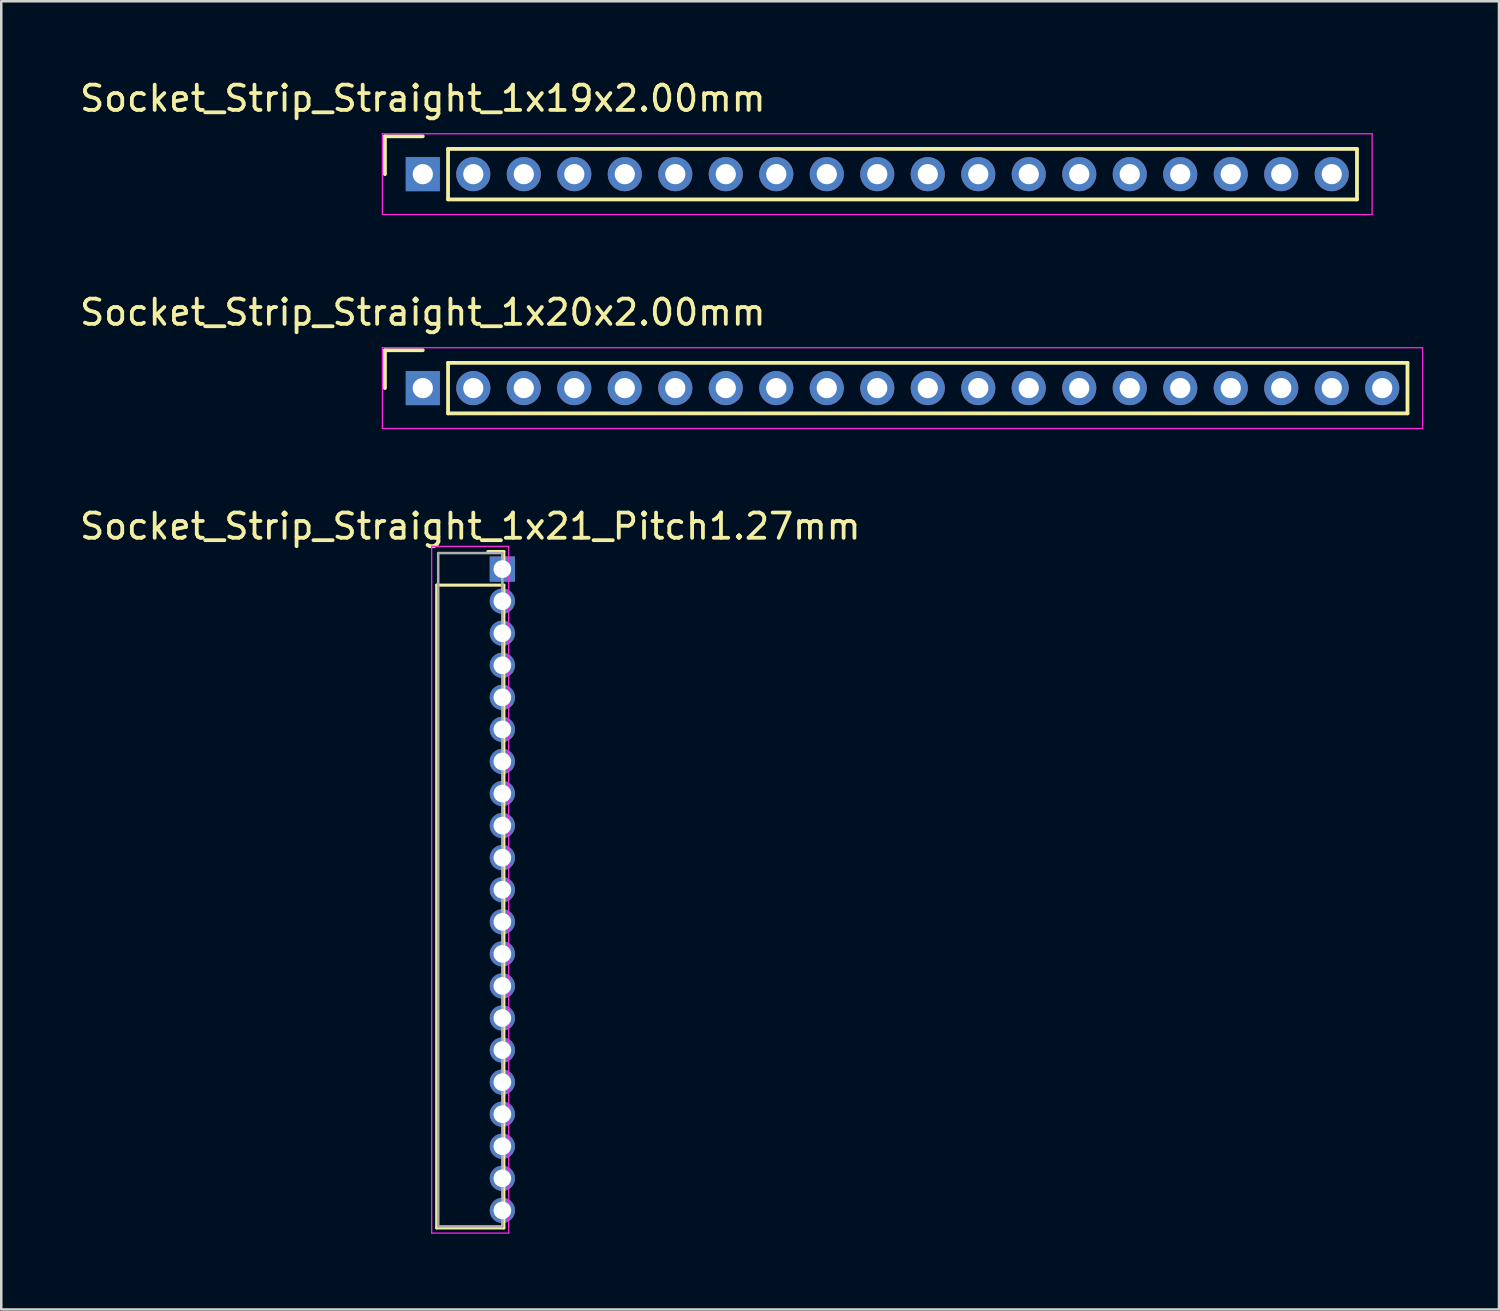
<source format=kicad_pcb>
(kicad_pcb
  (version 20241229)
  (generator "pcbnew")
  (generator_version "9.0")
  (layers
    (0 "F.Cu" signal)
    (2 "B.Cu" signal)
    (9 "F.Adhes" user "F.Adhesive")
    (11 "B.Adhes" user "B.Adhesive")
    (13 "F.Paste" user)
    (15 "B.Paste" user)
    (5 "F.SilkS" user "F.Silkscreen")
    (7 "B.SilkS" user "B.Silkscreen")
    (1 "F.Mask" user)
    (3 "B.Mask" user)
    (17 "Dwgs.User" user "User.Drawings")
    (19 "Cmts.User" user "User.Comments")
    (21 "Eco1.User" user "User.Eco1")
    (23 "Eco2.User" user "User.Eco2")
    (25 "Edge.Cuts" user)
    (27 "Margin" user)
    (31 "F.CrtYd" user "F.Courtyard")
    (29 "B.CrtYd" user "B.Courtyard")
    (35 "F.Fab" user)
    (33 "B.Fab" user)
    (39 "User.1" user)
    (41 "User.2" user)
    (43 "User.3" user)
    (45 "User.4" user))
  (footprint "Socket_Strip_Straight_1x21_Pitch1.27mm"
    (layer "F.Cu")
    (at 16.847 19.49)
    (property "Reference" "Socket_Strip_Straight_1x21_Pitch1.27mm" (at -1.27 -1.695 0) (layer "F.SilkS") (effects (font (size 1 1) (thickness 0.15))))
    (attr through_hole)
    (fp_line (start -2.6 0.635) (end -2.6 26.095) (stroke (width 0.12) (type solid)) (layer "F.SilkS"))
    (fp_line (start -2.6 26.095) (end 0.06 26.095) (stroke (width 0.12) (type solid)) (layer "F.SilkS"))
    (fp_line (start 0.06 -0.695) (end -0.575 -0.695) (stroke (width 0.12) (type solid)) (layer "F.SilkS"))
    (fp_line (start 0.06 0) (end 0.06 -0.695) (stroke (width 0.12) (type solid)) (layer "F.SilkS"))
    (fp_line (start 0.06 0.635) (end -2.6 0.635) (stroke (width 0.12) (type solid)) (layer "F.SilkS"))
    (fp_line (start 0.06 26.095) (end 0.06 0.635) (stroke (width 0.12) (type solid)) (layer "F.SilkS"))
    (fp_line (start -2.8 -0.9) (end -2.8 26.3) (stroke (width 0.05) (type solid)) (layer "F.CrtYd"))
    (fp_line (start -2.8 26.3) (end 0.25 26.3) (stroke (width 0.05) (type solid)) (layer "F.CrtYd"))
    (fp_line (start 0.25 -0.9) (end -2.8 -0.9) (stroke (width 0.05) (type solid)) (layer "F.CrtYd"))
    (fp_line (start 0.25 26.3) (end 0.25 -0.9) (stroke (width 0.05) (type solid)) (layer "F.CrtYd"))
    (fp_line (start -2.54 -0.635) (end -2.54 26.035) (stroke (width 0.1) (type solid)) (layer "F.Fab"))
    (fp_line (start -2.54 26.035) (end 0 26.035) (stroke (width 0.1) (type solid)) (layer "F.Fab"))
    (fp_line (start 0 -0.635) (end -2.54 -0.635) (stroke (width 0.1) (type solid)) (layer "F.Fab"))
    (fp_line (start 0 26.035) (end 0 -0.635) (stroke (width 0.1) (type solid)) (layer "F.Fab"))
    (pad "1" thru_hole rect (at 0 0) (size 1 1) (drill 0.7) (layers "*.Cu" "*.Mask"))
    (pad "2" thru_hole oval (at 0 1.27) (size 1 1) (drill 0.7) (layers "*.Cu" "*.Mask"))
    (pad "3" thru_hole oval (at 0 2.54) (size 1 1) (drill 0.7) (layers "*.Cu" "*.Mask"))
    (pad "4" thru_hole oval (at 0 3.81) (size 1 1) (drill 0.7) (layers "*.Cu" "*.Mask"))
    (pad "5" thru_hole oval (at 0 5.08) (size 1 1) (drill 0.7) (layers "*.Cu" "*.Mask"))
    (pad "6" thru_hole oval (at 0 6.35) (size 1 1) (drill 0.7) (layers "*.Cu" "*.Mask"))
    (pad "7" thru_hole oval (at 0 7.62) (size 1 1) (drill 0.7) (layers "*.Cu" "*.Mask"))
    (pad "8" thru_hole oval (at 0 8.89) (size 1 1) (drill 0.7) (layers "*.Cu" "*.Mask"))
    (pad "9" thru_hole oval (at 0 10.16) (size 1 1) (drill 0.7) (layers "*.Cu" "*.Mask"))
    (pad "10" thru_hole oval (at 0 11.43) (size 1 1) (drill 0.7) (layers "*.Cu" "*.Mask"))
    (pad "11" thru_hole oval (at 0 12.7) (size 1 1) (drill 0.7) (layers "*.Cu" "*.Mask"))
    (pad "12" thru_hole oval (at 0 13.97) (size 1 1) (drill 0.7) (layers "*.Cu" "*.Mask"))
    (pad "13" thru_hole oval (at 0 15.24) (size 1 1) (drill 0.7) (layers "*.Cu" "*.Mask"))
    (pad "14" thru_hole oval (at 0 16.51) (size 1 1) (drill 0.7) (layers "*.Cu" "*.Mask"))
    (pad "15" thru_hole oval (at 0 17.78) (size 1 1) (drill 0.7) (layers "*.Cu" "*.Mask"))
    (pad "16" thru_hole oval (at 0 19.05) (size 1 1) (drill 0.7) (layers "*.Cu" "*.Mask"))
    (pad "17" thru_hole oval (at 0 20.32) (size 1 1) (drill 0.7) (layers "*.Cu" "*.Mask"))
    (pad "18" thru_hole oval (at 0 21.59) (size 1 1) (drill 0.7) (layers "*.Cu" "*.Mask"))
    (pad "19" thru_hole oval (at 0 22.86) (size 1 1) (drill 0.7) (layers "*.Cu" "*.Mask"))
    (pad "20" thru_hole oval (at 0 24.13) (size 1 1) (drill 0.7) (layers "*.Cu" "*.Mask"))
    (pad "21" thru_hole oval (at 0 25.4) (size 1 1) (drill 0.7) (layers "*.Cu" "*.Mask")))
  (footprint "Socket_Strip_Straight_1x20x2.00mm"
    (layer "F.Cu")
    (at 13.696 12.322)
    (property "Reference" "Socket_Strip_Straight_1x20x2.00mm" (at 0 -3 0) (layer "F.SilkS") (effects (font (size 1 1) (thickness 0.15))))
    (attr through_hole)
    (fp_line (start -1.5 -1.5) (end -1.5 0) (stroke (width 0.15) (type solid)) (layer "F.SilkS"))
    (fp_line (start 0 -1.5) (end -1.5 -1.5) (stroke (width 0.15) (type solid)) (layer "F.SilkS"))
    (fp_line (start 1 -1) (end 1 1) (stroke (width 0.15) (type solid)) (layer "F.SilkS"))
    (fp_line (start 1 1) (end 39 1) (stroke (width 0.15) (type solid)) (layer "F.SilkS"))
    (fp_line (start 39 -1) (end 1 -1) (stroke (width 0.15) (type solid)) (layer "F.SilkS"))
    (fp_line (start 39 1) (end 39 -1) (stroke (width 0.15) (type solid)) (layer "F.SilkS"))
    (fp_line (start -1.6 -1.6) (end -1.6 1.6) (stroke (width 0.05) (type solid)) (layer "F.CrtYd"))
    (fp_line (start -1.6 1.6) (end 39.6 1.6) (stroke (width 0.05) (type solid)) (layer "F.CrtYd"))
    (fp_line (start 39.6 -1.6) (end -1.6 -1.6) (stroke (width 0.05) (type solid)) (layer "F.CrtYd"))
    (fp_line (start 39.6 1.6) (end 39.6 -1.6) (stroke (width 0.05) (type solid)) (layer "F.CrtYd"))
    (pad "1" thru_hole rect (at 0 0) (size 1.35 1.35) (drill 0.8) (layers "*.Cu" "*.Mask"))
    (pad "2" thru_hole circle (at 2 0) (size 1.35 1.35) (drill 0.8) (layers "*.Cu" "*.Mask"))
    (pad "3" thru_hole circle (at 4 0) (size 1.35 1.35) (drill 0.8) (layers "*.Cu" "*.Mask"))
    (pad "4" thru_hole circle (at 6 0) (size 1.35 1.35) (drill 0.8) (layers "*.Cu" "*.Mask"))
    (pad "5" thru_hole circle (at 8 0) (size 1.35 1.35) (drill 0.8) (layers "*.Cu" "*.Mask"))
    (pad "6" thru_hole circle (at 10 0) (size 1.35 1.35) (drill 0.8) (layers "*.Cu" "*.Mask"))
    (pad "7" thru_hole circle (at 12 0) (size 1.35 1.35) (drill 0.8) (layers "*.Cu" "*.Mask"))
    (pad "8" thru_hole circle (at 14 0) (size 1.35 1.35) (drill 0.8) (layers "*.Cu" "*.Mask"))
    (pad "9" thru_hole circle (at 16 0) (size 1.35 1.35) (drill 0.8) (layers "*.Cu" "*.Mask"))
    (pad "10" thru_hole circle (at 18 0) (size 1.35 1.35) (drill 0.8) (layers "*.Cu" "*.Mask"))
    (pad "11" thru_hole circle (at 20 0) (size 1.35 1.35) (drill 0.8) (layers "*.Cu" "*.Mask"))
    (pad "12" thru_hole circle (at 22 0) (size 1.35 1.35) (drill 0.8) (layers "*.Cu" "*.Mask"))
    (pad "13" thru_hole circle (at 24 0) (size 1.35 1.35) (drill 0.8) (layers "*.Cu" "*.Mask"))
    (pad "14" thru_hole circle (at 26 0) (size 1.35 1.35) (drill 0.8) (layers "*.Cu" "*.Mask"))
    (pad "15" thru_hole circle (at 28 0) (size 1.35 1.35) (drill 0.8) (layers "*.Cu" "*.Mask"))
    (pad "16" thru_hole circle (at 30 0) (size 1.35 1.35) (drill 0.8) (layers "*.Cu" "*.Mask"))
    (pad "17" thru_hole circle (at 32 0) (size 1.35 1.35) (drill 0.8) (layers "*.Cu" "*.Mask"))
    (pad "18" thru_hole circle (at 34 0) (size 1.35 1.35) (drill 0.8) (layers "*.Cu" "*.Mask"))
    (pad "19" thru_hole circle (at 36 0) (size 1.35 1.35) (drill 0.8) (layers "*.Cu" "*.Mask"))
    (pad "20" thru_hole circle (at 38 0) (size 1.35 1.35) (drill 0.8) (layers "*.Cu" "*.Mask")))
  (footprint "Socket_Strip_Straight_1x19x2.00mm"
    (layer "F.Cu")
    (at 13.696 3.848)
    (property "Reference" "Socket_Strip_Straight_1x19x2.00mm" (at 0 -3 0) (layer "F.SilkS") (effects (font (size 1 1) (thickness 0.15))))
    (attr through_hole)
    (fp_line (start -1.5 -1.5) (end -1.5 0) (stroke (width 0.15) (type solid)) (layer "F.SilkS"))
    (fp_line (start 0 -1.5) (end -1.5 -1.5) (stroke (width 0.15) (type solid)) (layer "F.SilkS"))
    (fp_line (start 1 -1) (end 1 1) (stroke (width 0.15) (type solid)) (layer "F.SilkS"))
    (fp_line (start 1 1) (end 37 1) (stroke (width 0.15) (type solid)) (layer "F.SilkS"))
    (fp_line (start 37 -1) (end 1 -1) (stroke (width 0.15) (type solid)) (layer "F.SilkS"))
    (fp_line (start 37 1) (end 37 -1) (stroke (width 0.15) (type solid)) (layer "F.SilkS"))
    (fp_line (start -1.6 -1.6) (end -1.6 1.6) (stroke (width 0.05) (type solid)) (layer "F.CrtYd"))
    (fp_line (start -1.6 1.6) (end 37.6 1.6) (stroke (width 0.05) (type solid)) (layer "F.CrtYd"))
    (fp_line (start 37.6 -1.6) (end -1.6 -1.6) (stroke (width 0.05) (type solid)) (layer "F.CrtYd"))
    (fp_line (start 37.6 1.6) (end 37.6 -1.6) (stroke (width 0.05) (type solid)) (layer "F.CrtYd"))
    (pad "1" thru_hole rect (at 0 0) (size 1.35 1.35) (drill 0.8) (layers "*.Cu" "*.Mask"))
    (pad "2" thru_hole circle (at 2 0) (size 1.35 1.35) (drill 0.8) (layers "*.Cu" "*.Mask"))
    (pad "3" thru_hole circle (at 4 0) (size 1.35 1.35) (drill 0.8) (layers "*.Cu" "*.Mask"))
    (pad "4" thru_hole circle (at 6 0) (size 1.35 1.35) (drill 0.8) (layers "*.Cu" "*.Mask"))
    (pad "5" thru_hole circle (at 8 0) (size 1.35 1.35) (drill 0.8) (layers "*.Cu" "*.Mask"))
    (pad "6" thru_hole circle (at 10 0) (size 1.35 1.35) (drill 0.8) (layers "*.Cu" "*.Mask"))
    (pad "7" thru_hole circle (at 12 0) (size 1.35 1.35) (drill 0.8) (layers "*.Cu" "*.Mask"))
    (pad "8" thru_hole circle (at 14 0) (size 1.35 1.35) (drill 0.8) (layers "*.Cu" "*.Mask"))
    (pad "9" thru_hole circle (at 16 0) (size 1.35 1.35) (drill 0.8) (layers "*.Cu" "*.Mask"))
    (pad "10" thru_hole circle (at 18 0) (size 1.35 1.35) (drill 0.8) (layers "*.Cu" "*.Mask"))
    (pad "11" thru_hole circle (at 20 0) (size 1.35 1.35) (drill 0.8) (layers "*.Cu" "*.Mask"))
    (pad "12" thru_hole circle (at 22 0) (size 1.35 1.35) (drill 0.8) (layers "*.Cu" "*.Mask"))
    (pad "13" thru_hole circle (at 24 0) (size 1.35 1.35) (drill 0.8) (layers "*.Cu" "*.Mask"))
    (pad "14" thru_hole circle (at 26 0) (size 1.35 1.35) (drill 0.8) (layers "*.Cu" "*.Mask"))
    (pad "15" thru_hole circle (at 28 0) (size 1.35 1.35) (drill 0.8) (layers "*.Cu" "*.Mask"))
    (pad "16" thru_hole circle (at 30 0) (size 1.35 1.35) (drill 0.8) (layers "*.Cu" "*.Mask"))
    (pad "17" thru_hole circle (at 32 0) (size 1.35 1.35) (drill 0.8) (layers "*.Cu" "*.Mask"))
    (pad "18" thru_hole circle (at 34 0) (size 1.35 1.35) (drill 0.8) (layers "*.Cu" "*.Mask"))
    (pad "19" thru_hole circle (at 36 0) (size 1.35 1.35) (drill 0.8) (layers "*.Cu" "*.Mask")))
  (gr_rect
    (start -3 -3)
    (end 56.321 48.815)
    (stroke (width 0.1) (type default))
    (fill no)
    (layer "Edge.Cuts")))
</source>
